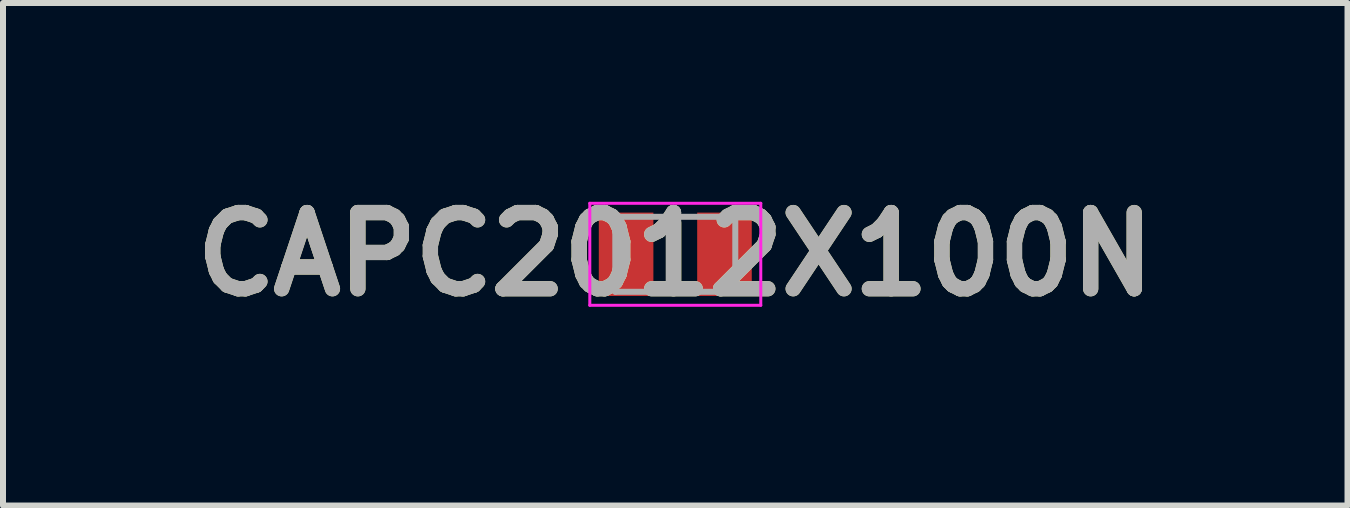
<source format=kicad_pcb>
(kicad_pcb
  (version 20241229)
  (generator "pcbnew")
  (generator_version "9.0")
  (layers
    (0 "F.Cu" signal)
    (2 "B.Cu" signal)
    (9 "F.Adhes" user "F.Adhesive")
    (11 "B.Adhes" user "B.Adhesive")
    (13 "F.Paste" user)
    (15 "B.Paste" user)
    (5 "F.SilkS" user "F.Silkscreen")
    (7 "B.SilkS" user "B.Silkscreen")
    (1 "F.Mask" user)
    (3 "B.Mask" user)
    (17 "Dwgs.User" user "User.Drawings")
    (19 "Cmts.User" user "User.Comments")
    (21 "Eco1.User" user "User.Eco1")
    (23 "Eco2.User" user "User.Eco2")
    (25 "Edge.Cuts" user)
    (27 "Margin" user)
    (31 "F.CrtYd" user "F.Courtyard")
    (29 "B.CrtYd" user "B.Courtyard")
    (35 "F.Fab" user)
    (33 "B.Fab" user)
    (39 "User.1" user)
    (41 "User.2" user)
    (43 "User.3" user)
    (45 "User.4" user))
  (footprint "CAPC2012X100N"
    (layer "F.Cu")
    (at 8.207 1.189)
    (property "Reference" "CAPC2012X100N" (at 0 0 0) (layer "F.SilkS") (effects (font (size 1.27 1.27) (thickness 0.254))))
    (attr smd)
    (fp_line (start 0 -0.525) (end 0 0.525) (stroke (width 0.2) (type solid)) (layer "F.SilkS"))
    (fp_line (start -1.425 -0.85) (end 1.425 -0.85) (stroke (width 0.05) (type solid)) (layer "F.CrtYd"))
    (fp_line (start -1.425 0.85) (end -1.425 -0.85) (stroke (width 0.05) (type solid)) (layer "F.CrtYd"))
    (fp_line (start 1.425 -0.85) (end 1.425 0.85) (stroke (width 0.05) (type solid)) (layer "F.CrtYd"))
    (fp_line (start 1.425 0.85) (end -1.425 0.85) (stroke (width 0.05) (type solid)) (layer "F.CrtYd"))
    (fp_line (start -1 -0.625) (end 1 -0.625) (stroke (width 0.1) (type solid)) (layer "F.Fab"))
    (fp_line (start -1 0.625) (end -1 -0.625) (stroke (width 0.1) (type solid)) (layer "F.Fab"))
    (fp_line (start 1 -0.625) (end 1 0.625) (stroke (width 0.1) (type solid)) (layer "F.Fab"))
    (fp_line (start 1 0.625) (end -1 0.625) (stroke (width 0.1) (type solid)) (layer "F.Fab"))
    (fp_text user "${REFERENCE}" (at 0 0 0) (layer "F.Fab") (effects (font (size 1.27 1.27) (thickness 0.254))))
    (pad "1" smd rect (at -0.82 0) (size 0.91 1.39) (layers "F.Cu" "F.Mask" "F.Paste"))
    (pad "2" smd rect (at 0.82 0) (size 0.91 1.39) (layers "F.Cu" "F.Mask" "F.Paste")))
  (gr_rect
    (start -3 -3)
    (end 19.413 5.377)
    (stroke (width 0.1) (type default))
    (fill no)
    (layer "Edge.Cuts")))
</source>
